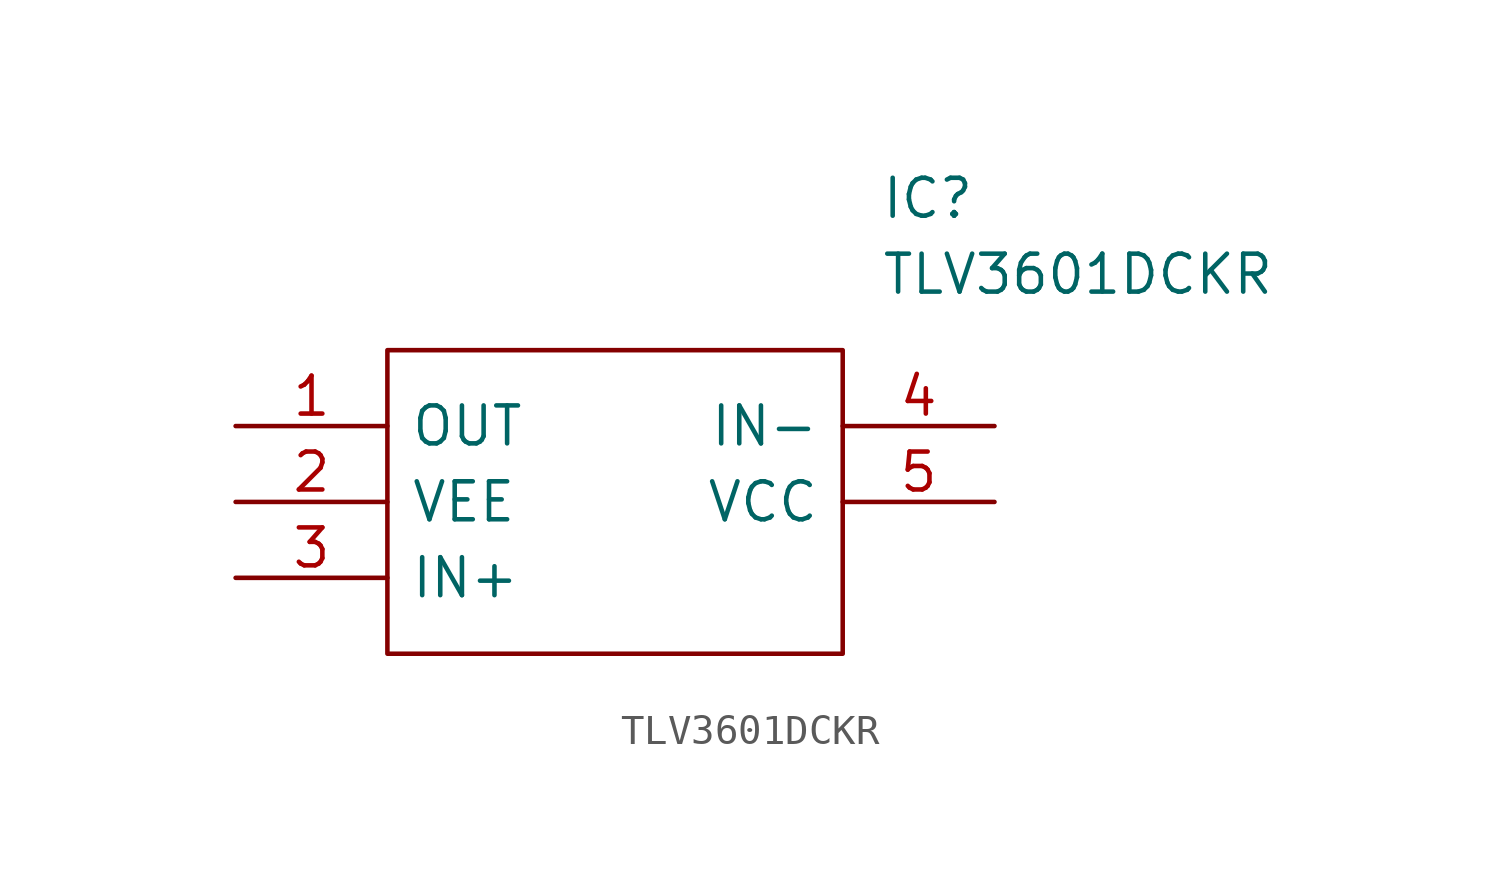
<source format=kicad_sym>
(kicad_symbol_lib
  (version 20211014)
  (generator kicad_symbol_editor)
  (symbol "TLV3601DCKR"
    (pin_names
      (offset 0.762))
    (property "Reference" "IC"
      (at 21.59 7.62 0)
      (effects (font (size 1.27 1.27)) (justify left)))
    (property "Value" "TLV3601DCKR"
      (at 21.59 5.08 0)
      (effects (font (size 1.27 1.27)) (justify left)))
    (symbol "TLV3601DCKR_0_0"
      (pin passive line (at 0 0 0) (length 5.08) (name "OUT" (effects (font (size 1.27 1.27)))) (number "1" (effects (font (size 1.27 1.27)))))
      (pin passive line (at 0 -2.54 0) (length 5.08) (name "VEE" (effects (font (size 1.27 1.27)))) (number "2" (effects (font (size 1.27 1.27)))))
      (pin passive line (at 0 -5.08 0) (length 5.08) (name "IN+" (effects (font (size 1.27 1.27)))) (number "3" (effects (font (size 1.27 1.27)))))
      (pin passive line (at 25.4 0 180) (length 5.08) (name "IN-" (effects (font (size 1.27 1.27)))) (number "4" (effects (font (size 1.27 1.27)))))
      (pin passive line (at 25.4 -2.54 180) (length 5.08) (name "VCC" (effects (font (size 1.27 1.27)))) (number "5" (effects (font (size 1.27 1.27))))))
    (symbol "TLV3601DCKR_0_1"
      (polyline (pts (xy 5.08 2.54) (xy 20.32 2.54) (xy 20.32 -7.62) (xy 5.08 -7.62) (xy 5.08 2.54)) (stroke (width 0.152) (type default) (color 0 0 0 0)) (fill (type none))))))
</source>
